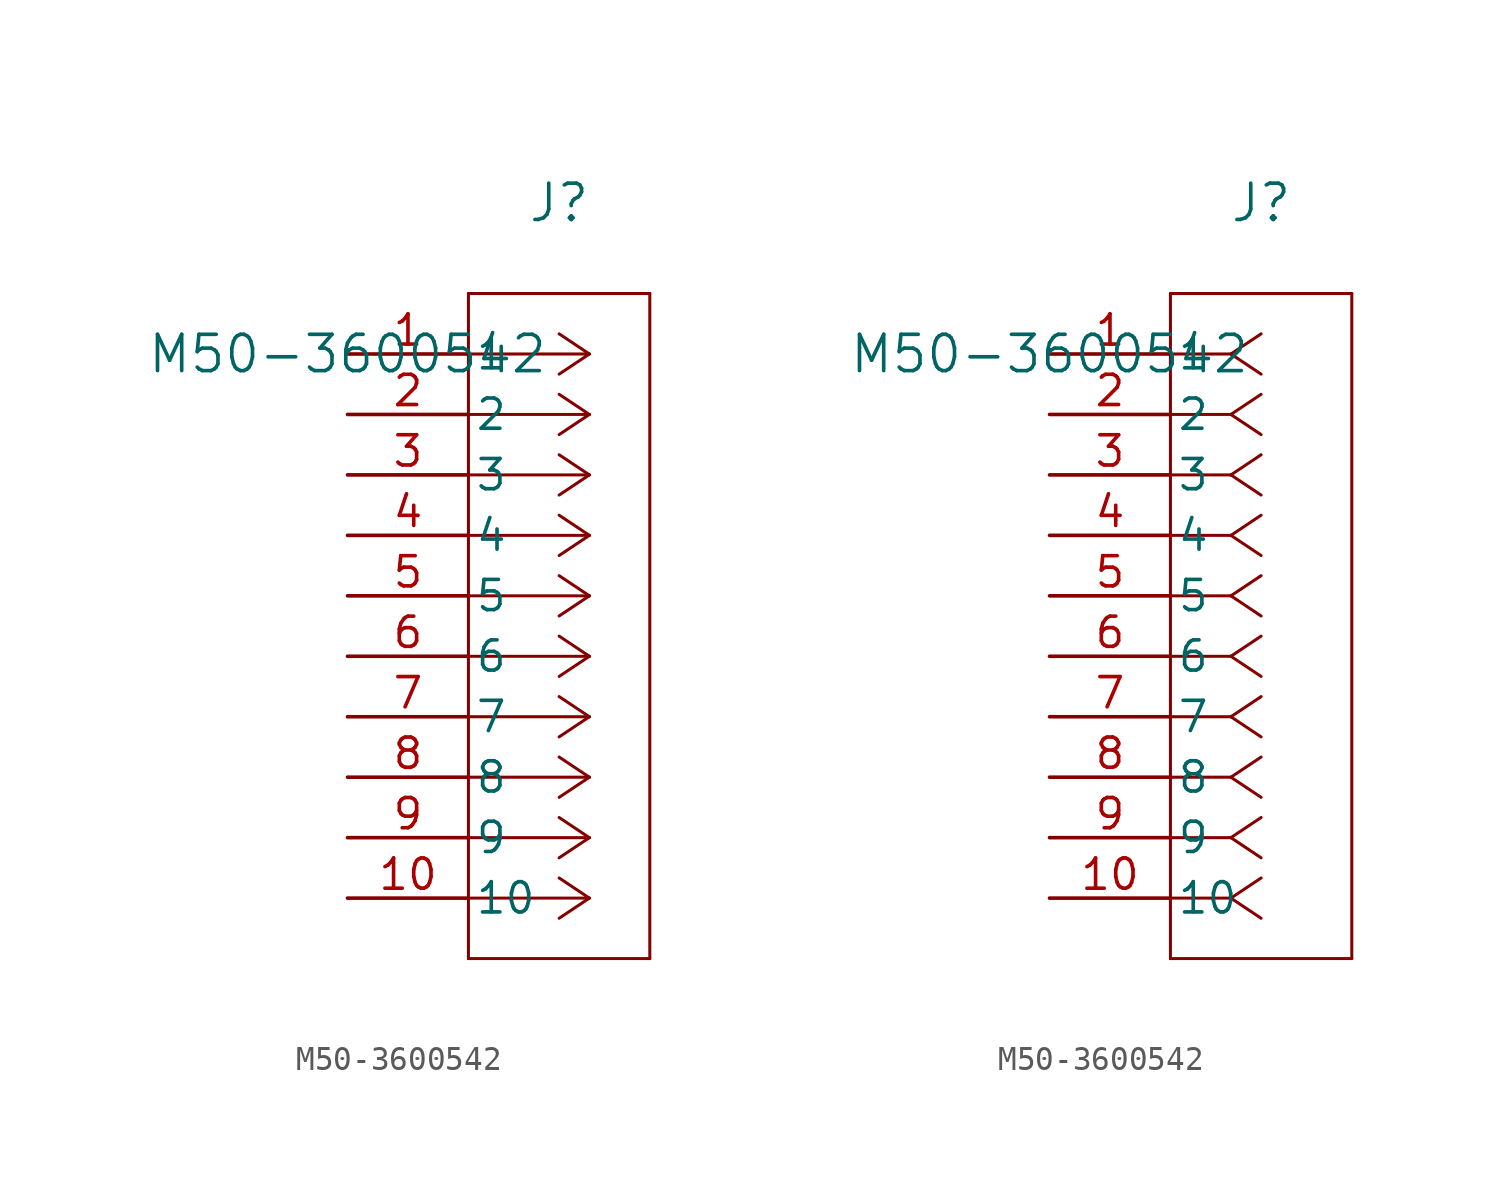
<source format=kicad_sym>
(kicad_symbol_lib
  (version 20211014)
  (generator kicad_symbol_editor)
  (symbol "M50-3600542"
    (pin_names
      (offset 0.254))
    (property "Reference" "J"
      (at 8.89 6.35 0)
      (effects (font (size 1.524 1.524))))
    (property "Value" "M50-3600542"
      (at 0 0 0)
      (effects (font (size 1.524 1.524))))
    (symbol "M50-3600542_1_1"
      (polyline (pts (xy 10.16 0) (xy 5.08 0)) (stroke (width 0.127) (type default) (color 0 0 0 0)) (fill (type none)))
      (polyline (pts (xy 10.16 -2.54) (xy 5.08 -2.54)) (stroke (width 0.127) (type default) (color 0 0 0 0)) (fill (type none)))
      (polyline (pts (xy 10.16 -5.08) (xy 5.08 -5.08)) (stroke (width 0.127) (type default) (color 0 0 0 0)) (fill (type none)))
      (polyline (pts (xy 10.16 -7.62) (xy 5.08 -7.62)) (stroke (width 0.127) (type default) (color 0 0 0 0)) (fill (type none)))
      (polyline (pts (xy 10.16 -10.16) (xy 5.08 -10.16)) (stroke (width 0.127) (type default) (color 0 0 0 0)) (fill (type none)))
      (polyline (pts (xy 10.16 -12.7) (xy 5.08 -12.7)) (stroke (width 0.127) (type default) (color 0 0 0 0)) (fill (type none)))
      (polyline (pts (xy 10.16 -15.24) (xy 5.08 -15.24)) (stroke (width 0.127) (type default) (color 0 0 0 0)) (fill (type none)))
      (polyline (pts (xy 10.16 -17.78) (xy 5.08 -17.78)) (stroke (width 0.127) (type default) (color 0 0 0 0)) (fill (type none)))
      (polyline (pts (xy 10.16 -20.32) (xy 5.08 -20.32)) (stroke (width 0.127) (type default) (color 0 0 0 0)) (fill (type none)))
      (polyline (pts (xy 10.16 -22.86) (xy 5.08 -22.86)) (stroke (width 0.127) (type default) (color 0 0 0 0)) (fill (type none)))
      (polyline (pts (xy 10.16 0) (xy 8.89 0.847)) (stroke (width 0.127) (type default) (color 0 0 0 0)) (fill (type none)))
      (polyline (pts (xy 10.16 -2.54) (xy 8.89 -1.693)) (stroke (width 0.127) (type default) (color 0 0 0 0)) (fill (type none)))
      (polyline (pts (xy 10.16 -5.08) (xy 8.89 -4.233)) (stroke (width 0.127) (type default) (color 0 0 0 0)) (fill (type none)))
      (polyline (pts (xy 10.16 -7.62) (xy 8.89 -6.773)) (stroke (width 0.127) (type default) (color 0 0 0 0)) (fill (type none)))
      (polyline (pts (xy 10.16 -10.16) (xy 8.89 -9.313)) (stroke (width 0.127) (type default) (color 0 0 0 0)) (fill (type none)))
      (polyline (pts (xy 10.16 -12.7) (xy 8.89 -11.853)) (stroke (width 0.127) (type default) (color 0 0 0 0)) (fill (type none)))
      (polyline (pts (xy 10.16 -15.24) (xy 8.89 -14.393)) (stroke (width 0.127) (type default) (color 0 0 0 0)) (fill (type none)))
      (polyline (pts (xy 10.16 -17.78) (xy 8.89 -16.933)) (stroke (width 0.127) (type default) (color 0 0 0 0)) (fill (type none)))
      (polyline (pts (xy 10.16 -20.32) (xy 8.89 -19.473)) (stroke (width 0.127) (type default) (color 0 0 0 0)) (fill (type none)))
      (polyline (pts (xy 10.16 -22.86) (xy 8.89 -22.013)) (stroke (width 0.127) (type default) (color 0 0 0 0)) (fill (type none)))
      (polyline (pts (xy 10.16 0) (xy 8.89 -0.847)) (stroke (width 0.127) (type default) (color 0 0 0 0)) (fill (type none)))
      (polyline (pts (xy 10.16 -2.54) (xy 8.89 -3.387)) (stroke (width 0.127) (type default) (color 0 0 0 0)) (fill (type none)))
      (polyline (pts (xy 10.16 -5.08) (xy 8.89 -5.927)) (stroke (width 0.127) (type default) (color 0 0 0 0)) (fill (type none)))
      (polyline (pts (xy 10.16 -7.62) (xy 8.89 -8.467)) (stroke (width 0.127) (type default) (color 0 0 0 0)) (fill (type none)))
      (polyline (pts (xy 10.16 -10.16) (xy 8.89 -11.007)) (stroke (width 0.127) (type default) (color 0 0 0 0)) (fill (type none)))
      (polyline (pts (xy 10.16 -12.7) (xy 8.89 -13.547)) (stroke (width 0.127) (type default) (color 0 0 0 0)) (fill (type none)))
      (polyline (pts (xy 10.16 -15.24) (xy 8.89 -16.087)) (stroke (width 0.127) (type default) (color 0 0 0 0)) (fill (type none)))
      (polyline (pts (xy 10.16 -17.78) (xy 8.89 -18.627)) (stroke (width 0.127) (type default) (color 0 0 0 0)) (fill (type none)))
      (polyline (pts (xy 10.16 -20.32) (xy 8.89 -21.167)) (stroke (width 0.127) (type default) (color 0 0 0 0)) (fill (type none)))
      (polyline (pts (xy 10.16 -22.86) (xy 8.89 -23.707)) (stroke (width 0.127) (type default) (color 0 0 0 0)) (fill (type none)))
      (polyline (pts (xy 5.08 2.54) (xy 5.08 -25.4)) (stroke (width 0.127) (type default) (color 0 0 0 0)) (fill (type none)))
      (polyline (pts (xy 5.08 -25.4) (xy 12.7 -25.4)) (stroke (width 0.127) (type default) (color 0 0 0 0)) (fill (type none)))
      (polyline (pts (xy 12.7 -25.4) (xy 12.7 2.54)) (stroke (width 0.127) (type default) (color 0 0 0 0)) (fill (type none)))
      (polyline (pts (xy 12.7 2.54) (xy 5.08 2.54)) (stroke (width 0.127) (type default) (color 0 0 0 0)) (fill (type none)))
      (pin unspecified line (at 0 0 0) (length 5.08) (name "1" (effects (font (size 1.27 1.27)))) (number "1" (effects (font (size 1.27 1.27)))))
      (pin unspecified line (at 0 -2.54 0) (length 5.08) (name "2" (effects (font (size 1.27 1.27)))) (number "2" (effects (font (size 1.27 1.27)))))
      (pin unspecified line (at 0 -5.08 0) (length 5.08) (name "3" (effects (font (size 1.27 1.27)))) (number "3" (effects (font (size 1.27 1.27)))))
      (pin unspecified line (at 0 -7.62 0) (length 5.08) (name "4" (effects (font (size 1.27 1.27)))) (number "4" (effects (font (size 1.27 1.27)))))
      (pin unspecified line (at 0 -10.16 0) (length 5.08) (name "5" (effects (font (size 1.27 1.27)))) (number "5" (effects (font (size 1.27 1.27)))))
      (pin unspecified line (at 0 -12.7 0) (length 5.08) (name "6" (effects (font (size 1.27 1.27)))) (number "6" (effects (font (size 1.27 1.27)))))
      (pin unspecified line (at 0 -15.24 0) (length 5.08) (name "7" (effects (font (size 1.27 1.27)))) (number "7" (effects (font (size 1.27 1.27)))))
      (pin unspecified line (at 0 -17.78 0) (length 5.08) (name "8" (effects (font (size 1.27 1.27)))) (number "8" (effects (font (size 1.27 1.27)))))
      (pin unspecified line (at 0 -20.32 0) (length 5.08) (name "9" (effects (font (size 1.27 1.27)))) (number "9" (effects (font (size 1.27 1.27)))))
      (pin unspecified line (at 0 -22.86 0) (length 5.08) (name "10" (effects (font (size 1.27 1.27)))) (number "10" (effects (font (size 1.27 1.27))))))
    (symbol "M50-3600542_1_2"
      (polyline (pts (xy 7.62 0) (xy 5.08 0)) (stroke (width 0.127) (type default) (color 0 0 0 0)) (fill (type none)))
      (polyline (pts (xy 7.62 -2.54) (xy 5.08 -2.54)) (stroke (width 0.127) (type default) (color 0 0 0 0)) (fill (type none)))
      (polyline (pts (xy 7.62 -5.08) (xy 5.08 -5.08)) (stroke (width 0.127) (type default) (color 0 0 0 0)) (fill (type none)))
      (polyline (pts (xy 7.62 -7.62) (xy 5.08 -7.62)) (stroke (width 0.127) (type default) (color 0 0 0 0)) (fill (type none)))
      (polyline (pts (xy 7.62 -10.16) (xy 5.08 -10.16)) (stroke (width 0.127) (type default) (color 0 0 0 0)) (fill (type none)))
      (polyline (pts (xy 7.62 -12.7) (xy 5.08 -12.7)) (stroke (width 0.127) (type default) (color 0 0 0 0)) (fill (type none)))
      (polyline (pts (xy 7.62 -15.24) (xy 5.08 -15.24)) (stroke (width 0.127) (type default) (color 0 0 0 0)) (fill (type none)))
      (polyline (pts (xy 7.62 -17.78) (xy 5.08 -17.78)) (stroke (width 0.127) (type default) (color 0 0 0 0)) (fill (type none)))
      (polyline (pts (xy 7.62 -20.32) (xy 5.08 -20.32)) (stroke (width 0.127) (type default) (color 0 0 0 0)) (fill (type none)))
      (polyline (pts (xy 7.62 -22.86) (xy 5.08 -22.86)) (stroke (width 0.127) (type default) (color 0 0 0 0)) (fill (type none)))
      (polyline (pts (xy 7.62 0) (xy 8.89 0.847)) (stroke (width 0.127) (type default) (color 0 0 0 0)) (fill (type none)))
      (polyline (pts (xy 7.62 -2.54) (xy 8.89 -1.693)) (stroke (width 0.127) (type default) (color 0 0 0 0)) (fill (type none)))
      (polyline (pts (xy 7.62 -5.08) (xy 8.89 -4.233)) (stroke (width 0.127) (type default) (color 0 0 0 0)) (fill (type none)))
      (polyline (pts (xy 7.62 -7.62) (xy 8.89 -6.773)) (stroke (width 0.127) (type default) (color 0 0 0 0)) (fill (type none)))
      (polyline (pts (xy 7.62 -10.16) (xy 8.89 -9.313)) (stroke (width 0.127) (type default) (color 0 0 0 0)) (fill (type none)))
      (polyline (pts (xy 7.62 -12.7) (xy 8.89 -11.853)) (stroke (width 0.127) (type default) (color 0 0 0 0)) (fill (type none)))
      (polyline (pts (xy 7.62 -15.24) (xy 8.89 -14.393)) (stroke (width 0.127) (type default) (color 0 0 0 0)) (fill (type none)))
      (polyline (pts (xy 7.62 -17.78) (xy 8.89 -16.933)) (stroke (width 0.127) (type default) (color 0 0 0 0)) (fill (type none)))
      (polyline (pts (xy 7.62 -20.32) (xy 8.89 -19.473)) (stroke (width 0.127) (type default) (color 0 0 0 0)) (fill (type none)))
      (polyline (pts (xy 7.62 -22.86) (xy 8.89 -22.013)) (stroke (width 0.127) (type default) (color 0 0 0 0)) (fill (type none)))
      (polyline (pts (xy 7.62 0) (xy 8.89 -0.847)) (stroke (width 0.127) (type default) (color 0 0 0 0)) (fill (type none)))
      (polyline (pts (xy 7.62 -2.54) (xy 8.89 -3.387)) (stroke (width 0.127) (type default) (color 0 0 0 0)) (fill (type none)))
      (polyline (pts (xy 7.62 -5.08) (xy 8.89 -5.927)) (stroke (width 0.127) (type default) (color 0 0 0 0)) (fill (type none)))
      (polyline (pts (xy 7.62 -7.62) (xy 8.89 -8.467)) (stroke (width 0.127) (type default) (color 0 0 0 0)) (fill (type none)))
      (polyline (pts (xy 7.62 -10.16) (xy 8.89 -11.007)) (stroke (width 0.127) (type default) (color 0 0 0 0)) (fill (type none)))
      (polyline (pts (xy 7.62 -12.7) (xy 8.89 -13.547)) (stroke (width 0.127) (type default) (color 0 0 0 0)) (fill (type none)))
      (polyline (pts (xy 7.62 -15.24) (xy 8.89 -16.087)) (stroke (width 0.127) (type default) (color 0 0 0 0)) (fill (type none)))
      (polyline (pts (xy 7.62 -17.78) (xy 8.89 -18.627)) (stroke (width 0.127) (type default) (color 0 0 0 0)) (fill (type none)))
      (polyline (pts (xy 7.62 -20.32) (xy 8.89 -21.167)) (stroke (width 0.127) (type default) (color 0 0 0 0)) (fill (type none)))
      (polyline (pts (xy 7.62 -22.86) (xy 8.89 -23.707)) (stroke (width 0.127) (type default) (color 0 0 0 0)) (fill (type none)))
      (polyline (pts (xy 5.08 2.54) (xy 5.08 -25.4)) (stroke (width 0.127) (type default) (color 0 0 0 0)) (fill (type none)))
      (polyline (pts (xy 5.08 -25.4) (xy 12.7 -25.4)) (stroke (width 0.127) (type default) (color 0 0 0 0)) (fill (type none)))
      (polyline (pts (xy 12.7 -25.4) (xy 12.7 2.54)) (stroke (width 0.127) (type default) (color 0 0 0 0)) (fill (type none)))
      (polyline (pts (xy 12.7 2.54) (xy 5.08 2.54)) (stroke (width 0.127) (type default) (color 0 0 0 0)) (fill (type none)))
      (pin unspecified line (at 0 0 0) (length 5.08) (name "1" (effects (font (size 1.27 1.27)))) (number "1" (effects (font (size 1.27 1.27)))))
      (pin unspecified line (at 0 -2.54 0) (length 5.08) (name "2" (effects (font (size 1.27 1.27)))) (number "2" (effects (font (size 1.27 1.27)))))
      (pin unspecified line (at 0 -5.08 0) (length 5.08) (name "3" (effects (font (size 1.27 1.27)))) (number "3" (effects (font (size 1.27 1.27)))))
      (pin unspecified line (at 0 -7.62 0) (length 5.08) (name "4" (effects (font (size 1.27 1.27)))) (number "4" (effects (font (size 1.27 1.27)))))
      (pin unspecified line (at 0 -10.16 0) (length 5.08) (name "5" (effects (font (size 1.27 1.27)))) (number "5" (effects (font (size 1.27 1.27)))))
      (pin unspecified line (at 0 -12.7 0) (length 5.08) (name "6" (effects (font (size 1.27 1.27)))) (number "6" (effects (font (size 1.27 1.27)))))
      (pin unspecified line (at 0 -15.24 0) (length 5.08) (name "7" (effects (font (size 1.27 1.27)))) (number "7" (effects (font (size 1.27 1.27)))))
      (pin unspecified line (at 0 -17.78 0) (length 5.08) (name "8" (effects (font (size 1.27 1.27)))) (number "8" (effects (font (size 1.27 1.27)))))
      (pin unspecified line (at 0 -20.32 0) (length 5.08) (name "9" (effects (font (size 1.27 1.27)))) (number "9" (effects (font (size 1.27 1.27)))))
      (pin unspecified line (at 0 -22.86 0) (length 5.08) (name "10" (effects (font (size 1.27 1.27)))) (number "10" (effects (font (size 1.27 1.27))))))))
</source>
